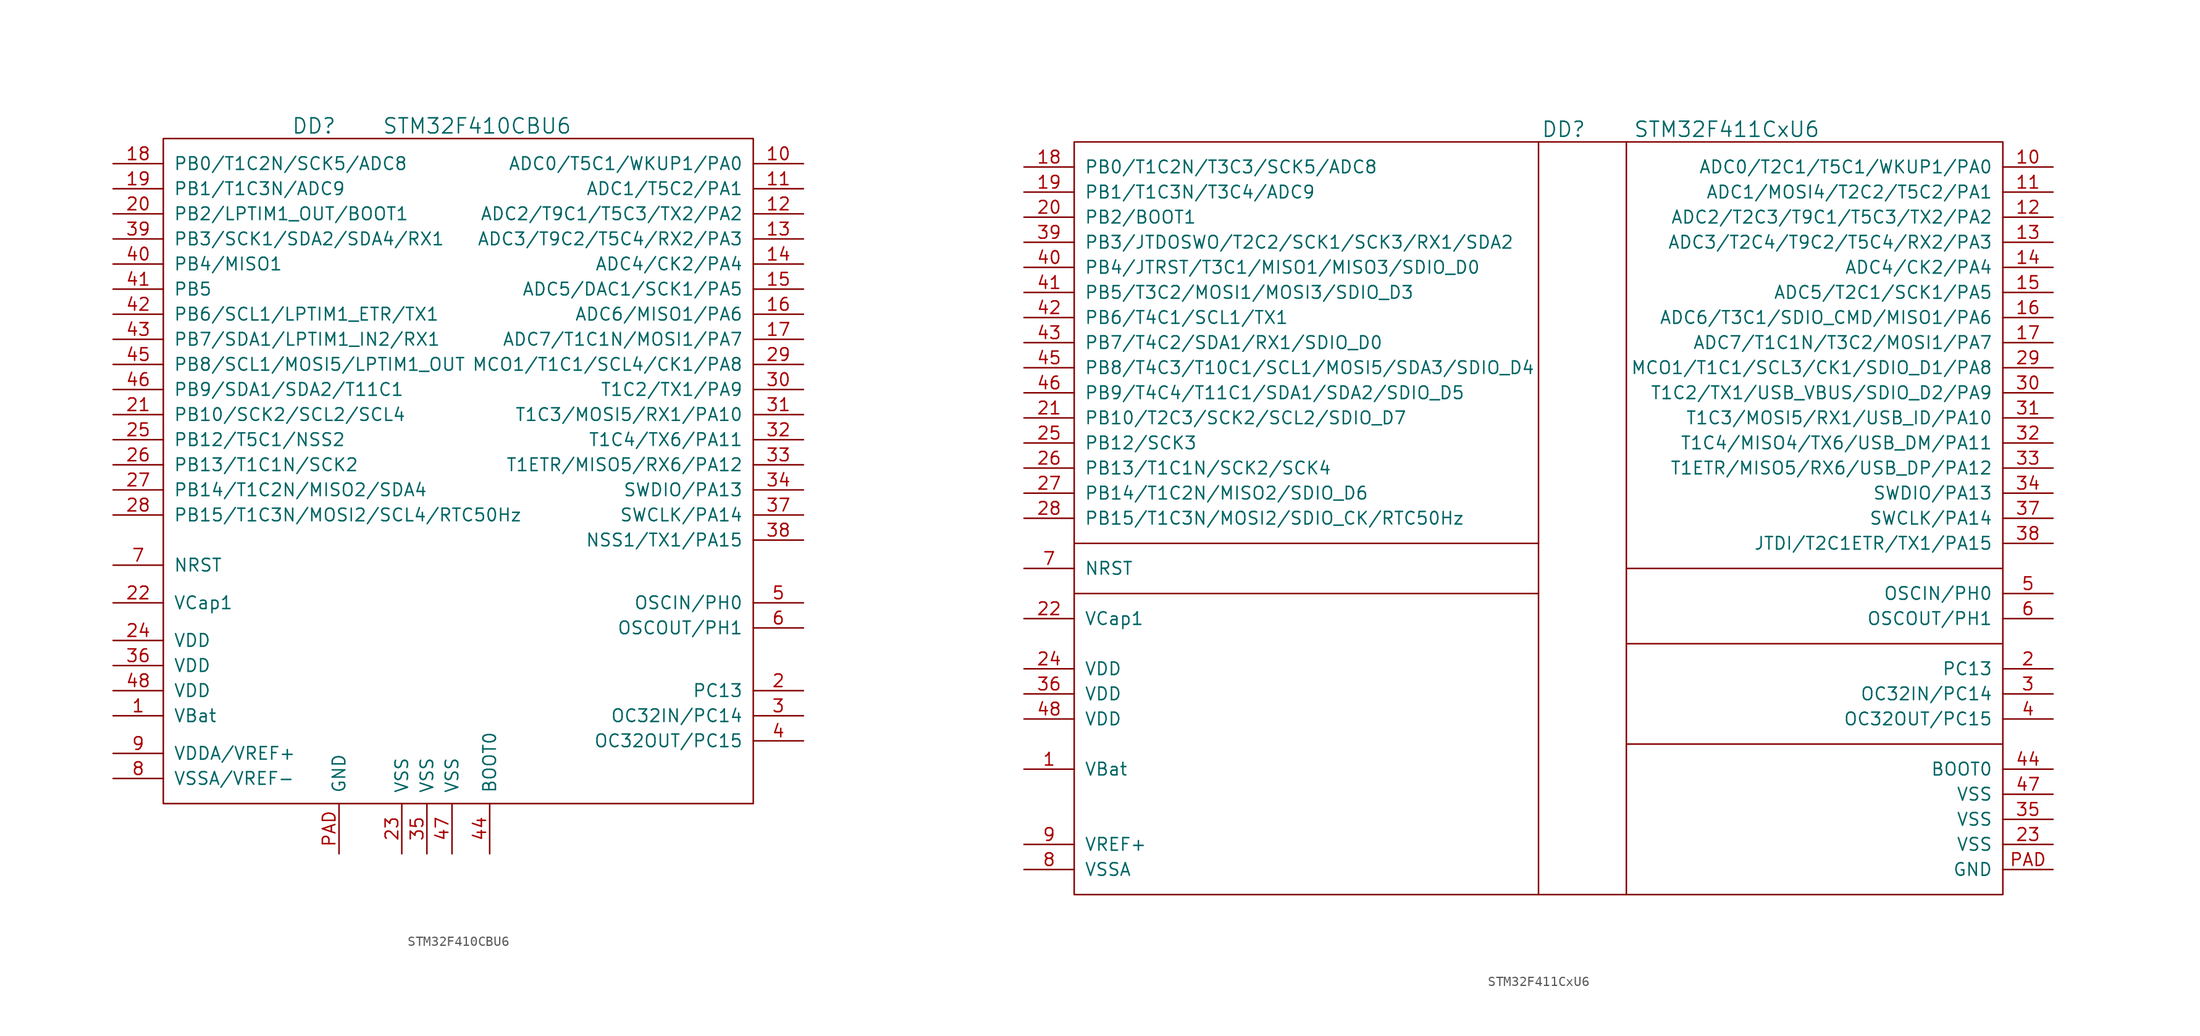
<source format=kicad_sym>
(kicad_symbol_lib
  (version 20201005)
  (generator kicad_symbol_editor)
  (symbol "st_kl:STM32F410CBU6"
    (pin_names
      (offset 1.016))
    (property "Reference" "DD"
      (at -12.7 34.29 0)
      (effects (font (size 1.524 1.524))))
    (property "Value" "STM32F410CBU6"
      (at 3.81 34.29 0)
      (effects (font (size 1.524 1.524))))
    (symbol "STM32F410CBU6_0_1"
      (rectangle (start 31.75 33.02) (end -27.94 -34.29) (stroke (width 0)) (fill (type none))))
    (symbol "STM32F410CBU6_1_1"
      (pin power_in line (at -33.02 -25.4 0) (length 5.08) (name "VBat" (effects (font (size 1.27 1.27)))) (number "1" (effects (font (size 1.27 1.27)))))
      (pin passive line (at 36.83 30.48 180) (length 5.08) (name "ADC0/T5C1/WKUP1/PA0" (effects (font (size 1.27 1.27)))) (number "10" (effects (font (size 1.27 1.27)))))
      (pin passive line (at 36.83 27.94 180) (length 5.08) (name "ADC1/T5C2/PA1" (effects (font (size 1.27 1.27)))) (number "11" (effects (font (size 1.27 1.27)))))
      (pin passive line (at 36.83 25.4 180) (length 5.08) (name "ADC2/T9C1/T5C3/TX2/PA2" (effects (font (size 1.27 1.27)))) (number "12" (effects (font (size 1.27 1.27)))))
      (pin passive line (at 36.83 22.86 180) (length 5.08) (name "ADC3/T9C2/T5C4/RX2/PA3" (effects (font (size 1.27 1.27)))) (number "13" (effects (font (size 1.27 1.27)))))
      (pin passive line (at 36.83 20.32 180) (length 5.08) (name "ADC4/CK2/PA4" (effects (font (size 1.27 1.27)))) (number "14" (effects (font (size 1.27 1.27)))))
      (pin passive line (at 36.83 17.78 180) (length 5.08) (name "ADC5/DAC1/SCK1/PA5" (effects (font (size 1.27 1.27)))) (number "15" (effects (font (size 1.27 1.27)))))
      (pin passive line (at 36.83 15.24 180) (length 5.08) (name "ADC6/MISO1/PA6" (effects (font (size 1.27 1.27)))) (number "16" (effects (font (size 1.27 1.27)))))
      (pin passive line (at 36.83 12.7 180) (length 5.08) (name "ADC7/T1C1N/MOSI1/PA7" (effects (font (size 1.27 1.27)))) (number "17" (effects (font (size 1.27 1.27)))))
      (pin passive line (at -33.02 30.48 0) (length 5.08) (name "PB0/T1C2N/SCK5/ADC8" (effects (font (size 1.27 1.27)))) (number "18" (effects (font (size 1.27 1.27)))))
      (pin passive line (at -33.02 27.94 0) (length 5.08) (name "PB1/T1C3N/ADC9" (effects (font (size 1.27 1.27)))) (number "19" (effects (font (size 1.27 1.27)))))
      (pin passive line (at 36.83 -22.86 180) (length 5.08) (name "PC13" (effects (font (size 1.27 1.27)))) (number "2" (effects (font (size 1.27 1.27)))))
      (pin passive line (at -33.02 25.4 0) (length 5.08) (name "PB2/LPTIM1_OUT/BOOT1" (effects (font (size 1.27 1.27)))) (number "20" (effects (font (size 1.27 1.27)))))
      (pin passive line (at -33.02 5.08 0) (length 5.08) (name "PB10/SCK2/SCL2/SCL4" (effects (font (size 1.27 1.27)))) (number "21" (effects (font (size 1.27 1.27)))))
      (pin passive line (at -33.02 -13.97 0) (length 5.08) (name "VCap1" (effects (font (size 1.27 1.27)))) (number "22" (effects (font (size 1.27 1.27)))))
      (pin power_in line (at -3.81 -39.37 90) (length 5.08) (name "VSS" (effects (font (size 1.27 1.27)))) (number "23" (effects (font (size 1.27 1.27)))))
      (pin power_in line (at -33.02 -17.78 0) (length 5.08) (name "VDD" (effects (font (size 1.27 1.27)))) (number "24" (effects (font (size 1.27 1.27)))))
      (pin passive line (at -33.02 2.54 0) (length 5.08) (name "PB12/T5C1/NSS2" (effects (font (size 1.27 1.27)))) (number "25" (effects (font (size 1.27 1.27)))))
      (pin passive line (at -33.02 0 0) (length 5.08) (name "PB13/T1C1N/SCK2" (effects (font (size 1.27 1.27)))) (number "26" (effects (font (size 1.27 1.27)))))
      (pin passive line (at -33.02 -2.54 0) (length 5.08) (name "PB14/T1C2N/MISO2/SDA4" (effects (font (size 1.27 1.27)))) (number "27" (effects (font (size 1.27 1.27)))))
      (pin passive line (at -33.02 -5.08 0) (length 5.08) (name "PB15/T1C3N/MOSI2/SCL4/RTC50Hz" (effects (font (size 1.27 1.27)))) (number "28" (effects (font (size 1.27 1.27)))))
      (pin passive line (at 36.83 10.16 180) (length 5.08) (name "MCO1/T1C1/SCL4/CK1/PA8" (effects (font (size 1.27 1.27)))) (number "29" (effects (font (size 1.27 1.27)))))
      (pin passive line (at 36.83 -25.4 180) (length 5.08) (name "OC32IN/PC14" (effects (font (size 1.27 1.27)))) (number "3" (effects (font (size 1.27 1.27)))))
      (pin passive line (at 36.83 7.62 180) (length 5.08) (name "T1C2/TX1/PA9" (effects (font (size 1.27 1.27)))) (number "30" (effects (font (size 1.27 1.27)))))
      (pin passive line (at 36.83 5.08 180) (length 5.08) (name "T1C3/MOSI5/RX1/PA10" (effects (font (size 1.27 1.27)))) (number "31" (effects (font (size 1.27 1.27)))))
      (pin passive line (at 36.83 2.54 180) (length 5.08) (name "T1C4/TX6/PA11" (effects (font (size 1.27 1.27)))) (number "32" (effects (font (size 1.27 1.27)))))
      (pin passive line (at 36.83 0 180) (length 5.08) (name "T1ETR/MISO5/RX6/PA12" (effects (font (size 1.27 1.27)))) (number "33" (effects (font (size 1.27 1.27)))))
      (pin passive line (at 36.83 -2.54 180) (length 5.08) (name "SWDIO/PA13" (effects (font (size 1.27 1.27)))) (number "34" (effects (font (size 1.27 1.27)))))
      (pin power_in line (at -1.27 -39.37 90) (length 5.08) (name "VSS" (effects (font (size 1.27 1.27)))) (number "35" (effects (font (size 1.27 1.27)))))
      (pin power_in line (at -33.02 -20.32 0) (length 5.08) (name "VDD" (effects (font (size 1.27 1.27)))) (number "36" (effects (font (size 1.27 1.27)))))
      (pin passive line (at 36.83 -5.08 180) (length 5.08) (name "SWCLK/PA14" (effects (font (size 1.27 1.27)))) (number "37" (effects (font (size 1.27 1.27)))))
      (pin passive line (at 36.83 -7.62 180) (length 5.08) (name "NSS1/TX1/PA15" (effects (font (size 1.27 1.27)))) (number "38" (effects (font (size 1.27 1.27)))))
      (pin passive line (at -33.02 22.86 0) (length 5.08) (name "PB3/SCK1/SDA2/SDA4/RX1" (effects (font (size 1.27 1.27)))) (number "39" (effects (font (size 1.27 1.27)))))
      (pin passive line (at 36.83 -27.94 180) (length 5.08) (name "OC32OUT/PC15" (effects (font (size 1.27 1.27)))) (number "4" (effects (font (size 1.27 1.27)))))
      (pin passive line (at -33.02 20.32 0) (length 5.08) (name "PB4/MISO1" (effects (font (size 1.27 1.27)))) (number "40" (effects (font (size 1.27 1.27)))))
      (pin passive line (at -33.02 17.78 0) (length 5.08) (name "PB5" (effects (font (size 1.27 1.27)))) (number "41" (effects (font (size 1.27 1.27)))))
      (pin passive line (at -33.02 15.24 0) (length 5.08) (name "PB6/SCL1/LPTIM1_ETR/TX1" (effects (font (size 1.27 1.27)))) (number "42" (effects (font (size 1.27 1.27)))))
      (pin passive line (at -33.02 12.7 0) (length 5.08) (name "PB7/SDA1/LPTIM1_IN2/RX1" (effects (font (size 1.27 1.27)))) (number "43" (effects (font (size 1.27 1.27)))))
      (pin passive line (at 5.08 -39.37 90) (length 5.08) (name "BOOT0" (effects (font (size 1.27 1.27)))) (number "44" (effects (font (size 1.27 1.27)))))
      (pin passive line (at -33.02 10.16 0) (length 5.08) (name "PB8/SCL1/MOSI5/LPTIM1_OUT" (effects (font (size 1.27 1.27)))) (number "45" (effects (font (size 1.27 1.27)))))
      (pin passive line (at -33.02 7.62 0) (length 5.08) (name "PB9/SDA1/SDA2/T11C1" (effects (font (size 1.27 1.27)))) (number "46" (effects (font (size 1.27 1.27)))))
      (pin power_in line (at 1.27 -39.37 90) (length 5.08) (name "VSS" (effects (font (size 1.27 1.27)))) (number "47" (effects (font (size 1.27 1.27)))))
      (pin power_in line (at -33.02 -22.86 0) (length 5.08) (name "VDD" (effects (font (size 1.27 1.27)))) (number "48" (effects (font (size 1.27 1.27)))))
      (pin passive line (at 36.83 -13.97 180) (length 5.08) (name "OSCIN/PH0" (effects (font (size 1.27 1.27)))) (number "5" (effects (font (size 1.27 1.27)))))
      (pin passive line (at 36.83 -16.51 180) (length 5.08) (name "OSCOUT/PH1" (effects (font (size 1.27 1.27)))) (number "6" (effects (font (size 1.27 1.27)))))
      (pin passive line (at -33.02 -10.16 0) (length 5.08) (name "NRST" (effects (font (size 1.27 1.27)))) (number "7" (effects (font (size 1.27 1.27)))))
      (pin power_in line (at -33.02 -31.75 0) (length 5.08) (name "VSSA/VREF-" (effects (font (size 1.27 1.27)))) (number "8" (effects (font (size 1.27 1.27)))))
      (pin power_in line (at -33.02 -29.21 0) (length 5.08) (name "VDDA/VREF+" (effects (font (size 1.27 1.27)))) (number "9" (effects (font (size 1.27 1.27)))))
      (pin power_in line (at -10.16 -39.37 90) (length 5.08) (name "GND" (effects (font (size 1.27 1.27)))) (number "PAD" (effects (font (size 1.27 1.27)))))))
  (symbol "st_kl:STM32F411CxU6"
    (pin_names
      (offset 1.016))
    (property "Reference" "DD"
      (at 2.54 36.83 0)
      (effects (font (size 1.524 1.524))))
    (property "Value" "STM32F411CxU6"
      (at 19.05 36.83 0)
      (effects (font (size 1.524 1.524))))
    (symbol "STM32F411CxU6_0_1"
      (rectangle (start -46.99 35.56) (end 46.99 -40.64) (stroke (width 0)) (fill (type none)))
      (polyline (pts (xy -46.99 -10.16) (xy 0 -10.16)) (stroke (width 0)) (fill (type none)))
      (polyline (pts (xy -46.99 -5.08) (xy 0 -5.08)) (stroke (width 0)) (fill (type none)))
      (polyline (pts (xy 0 35.56) (xy 0 -40.64)) (stroke (width 0)) (fill (type none)))
      (polyline (pts (xy 8.89 35.56) (xy 8.89 -40.64)) (stroke (width 0)) (fill (type none)))
      (polyline (pts (xy 46.99 -25.4) (xy 8.89 -25.4)) (stroke (width 0)) (fill (type none)))
      (polyline (pts (xy 46.99 -15.24) (xy 8.89 -15.24)) (stroke (width 0)) (fill (type none)))
      (polyline (pts (xy 46.99 -7.62) (xy 8.89 -7.62)) (stroke (width 0)) (fill (type none))))
    (symbol "STM32F411CxU6_1_1"
      (pin power_in line (at -52.07 -27.94 0) (length 5.08) (name "VBat" (effects (font (size 1.27 1.27)))) (number "1" (effects (font (size 1.27 1.27)))))
      (pin passive line (at 52.07 33.02 180) (length 5.08) (name "ADC0/T2C1/T5C1/WKUP1/PA0" (effects (font (size 1.27 1.27)))) (number "10" (effects (font (size 1.27 1.27)))))
      (pin passive line (at 52.07 30.48 180) (length 5.08) (name "ADC1/MOSI4/T2C2/T5C2/PA1" (effects (font (size 1.27 1.27)))) (number "11" (effects (font (size 1.27 1.27)))))
      (pin passive line (at 52.07 27.94 180) (length 5.08) (name "ADC2/T2C3/T9C1/T5C3/TX2/PA2" (effects (font (size 1.27 1.27)))) (number "12" (effects (font (size 1.27 1.27)))))
      (pin passive line (at 52.07 25.4 180) (length 5.08) (name "ADC3/T2C4/T9C2/T5C4/RX2/PA3" (effects (font (size 1.27 1.27)))) (number "13" (effects (font (size 1.27 1.27)))))
      (pin passive line (at 52.07 22.86 180) (length 5.08) (name "ADC4/CK2/PA4" (effects (font (size 1.27 1.27)))) (number "14" (effects (font (size 1.27 1.27)))))
      (pin passive line (at 52.07 20.32 180) (length 5.08) (name "ADC5/T2C1/SCK1/PA5" (effects (font (size 1.27 1.27)))) (number "15" (effects (font (size 1.27 1.27)))))
      (pin passive line (at 52.07 17.78 180) (length 5.08) (name "ADC6/T3C1/SDIO_CMD/MISO1/PA6" (effects (font (size 1.27 1.27)))) (number "16" (effects (font (size 1.27 1.27)))))
      (pin passive line (at 52.07 15.24 180) (length 5.08) (name "ADC7/T1C1N/T3C2/MOSI1/PA7" (effects (font (size 1.27 1.27)))) (number "17" (effects (font (size 1.27 1.27)))))
      (pin passive line (at -52.07 33.02 0) (length 5.08) (name "PB0/T1C2N/T3C3/SCK5/ADC8" (effects (font (size 1.27 1.27)))) (number "18" (effects (font (size 1.27 1.27)))))
      (pin passive line (at -52.07 30.48 0) (length 5.08) (name "PB1/T1C3N/T3C4/ADC9" (effects (font (size 1.27 1.27)))) (number "19" (effects (font (size 1.27 1.27)))))
      (pin passive line (at 52.07 -17.78 180) (length 5.08) (name "PC13" (effects (font (size 1.27 1.27)))) (number "2" (effects (font (size 1.27 1.27)))))
      (pin passive line (at -52.07 27.94 0) (length 5.08) (name "PB2/BOOT1" (effects (font (size 1.27 1.27)))) (number "20" (effects (font (size 1.27 1.27)))))
      (pin passive line (at -52.07 7.62 0) (length 5.08) (name "PB10/T2C3/SCK2/SCL2/SDIO_D7" (effects (font (size 1.27 1.27)))) (number "21" (effects (font (size 1.27 1.27)))))
      (pin passive line (at -52.07 -12.7 0) (length 5.08) (name "VCap1" (effects (font (size 1.27 1.27)))) (number "22" (effects (font (size 1.27 1.27)))))
      (pin power_in line (at 52.07 -35.56 180) (length 5.08) (name "VSS" (effects (font (size 1.27 1.27)))) (number "23" (effects (font (size 1.27 1.27)))))
      (pin power_in line (at -52.07 -17.78 0) (length 5.08) (name "VDD" (effects (font (size 1.27 1.27)))) (number "24" (effects (font (size 1.27 1.27)))))
      (pin passive line (at -52.07 5.08 0) (length 5.08) (name "PB12/SCK3" (effects (font (size 1.27 1.27)))) (number "25" (effects (font (size 1.27 1.27)))))
      (pin passive line (at -52.07 2.54 0) (length 5.08) (name "PB13/T1C1N/SCK2/SCK4" (effects (font (size 1.27 1.27)))) (number "26" (effects (font (size 1.27 1.27)))))
      (pin passive line (at -52.07 0 0) (length 5.08) (name "PB14/T1C2N/MISO2/SDIO_D6" (effects (font (size 1.27 1.27)))) (number "27" (effects (font (size 1.27 1.27)))))
      (pin passive line (at -52.07 -2.54 0) (length 5.08) (name "PB15/T1C3N/MOSI2/SDIO_CK/RTC50Hz" (effects (font (size 1.27 1.27)))) (number "28" (effects (font (size 1.27 1.27)))))
      (pin passive line (at 52.07 12.7 180) (length 5.08) (name "MCO1/T1C1/SCL3/CK1/SDIO_D1/PA8" (effects (font (size 1.27 1.27)))) (number "29" (effects (font (size 1.27 1.27)))))
      (pin passive line (at 52.07 -20.32 180) (length 5.08) (name "OC32IN/PC14" (effects (font (size 1.27 1.27)))) (number "3" (effects (font (size 1.27 1.27)))))
      (pin passive line (at 52.07 10.16 180) (length 5.08) (name "T1C2/TX1/USB_VBUS/SDIO_D2/PA9" (effects (font (size 1.27 1.27)))) (number "30" (effects (font (size 1.27 1.27)))))
      (pin passive line (at 52.07 7.62 180) (length 5.08) (name "T1C3/MOSI5/RX1/USB_ID/PA10" (effects (font (size 1.27 1.27)))) (number "31" (effects (font (size 1.27 1.27)))))
      (pin passive line (at 52.07 5.08 180) (length 5.08) (name "T1C4/MISO4/TX6/USB_DM/PA11" (effects (font (size 1.27 1.27)))) (number "32" (effects (font (size 1.27 1.27)))))
      (pin passive line (at 52.07 2.54 180) (length 5.08) (name "T1ETR/MISO5/RX6/USB_DP/PA12" (effects (font (size 1.27 1.27)))) (number "33" (effects (font (size 1.27 1.27)))))
      (pin passive line (at 52.07 0 180) (length 5.08) (name "SWDIO/PA13" (effects (font (size 1.27 1.27)))) (number "34" (effects (font (size 1.27 1.27)))))
      (pin power_in line (at 52.07 -33.02 180) (length 5.08) (name "VSS" (effects (font (size 1.27 1.27)))) (number "35" (effects (font (size 1.27 1.27)))))
      (pin power_in line (at -52.07 -20.32 0) (length 5.08) (name "VDD" (effects (font (size 1.27 1.27)))) (number "36" (effects (font (size 1.27 1.27)))))
      (pin passive line (at 52.07 -2.54 180) (length 5.08) (name "SWCLK/PA14" (effects (font (size 1.27 1.27)))) (number "37" (effects (font (size 1.27 1.27)))))
      (pin passive line (at 52.07 -5.08 180) (length 5.08) (name "JTDI/T2C1ETR/TX1/PA15" (effects (font (size 1.27 1.27)))) (number "38" (effects (font (size 1.27 1.27)))))
      (pin passive line (at -52.07 25.4 0) (length 5.08) (name "PB3/JTDOSWO/T2C2/SCK1/SCK3/RX1/SDA2" (effects (font (size 1.27 1.27)))) (number "39" (effects (font (size 1.27 1.27)))))
      (pin passive line (at 52.07 -22.86 180) (length 5.08) (name "OC32OUT/PC15" (effects (font (size 1.27 1.27)))) (number "4" (effects (font (size 1.27 1.27)))))
      (pin passive line (at -52.07 22.86 0) (length 5.08) (name "PB4/JTRST/T3C1/MISO1/MISO3/SDIO_D0" (effects (font (size 1.27 1.27)))) (number "40" (effects (font (size 1.27 1.27)))))
      (pin passive line (at -52.07 20.32 0) (length 5.08) (name "PB5/T3C2/MOSI1/MOSI3/SDIO_D3" (effects (font (size 1.27 1.27)))) (number "41" (effects (font (size 1.27 1.27)))))
      (pin passive line (at -52.07 17.78 0) (length 5.08) (name "PB6/T4C1/SCL1/TX1" (effects (font (size 1.27 1.27)))) (number "42" (effects (font (size 1.27 1.27)))))
      (pin passive line (at -52.07 15.24 0) (length 5.08) (name "PB7/T4C2/SDA1/RX1/SDIO_D0" (effects (font (size 1.27 1.27)))) (number "43" (effects (font (size 1.27 1.27)))))
      (pin passive line (at 52.07 -27.94 180) (length 5.08) (name "BOOT0" (effects (font (size 1.27 1.27)))) (number "44" (effects (font (size 1.27 1.27)))))
      (pin passive line (at -52.07 12.7 0) (length 5.08) (name "PB8/T4C3/T10C1/SCL1/MOSI5/SDA3/SDIO_D4" (effects (font (size 1.27 1.27)))) (number "45" (effects (font (size 1.27 1.27)))))
      (pin passive line (at -52.07 10.16 0) (length 5.08) (name "PB9/T4C4/T11C1/SDA1/SDA2/SDIO_D5" (effects (font (size 1.27 1.27)))) (number "46" (effects (font (size 1.27 1.27)))))
      (pin power_in line (at 52.07 -30.48 180) (length 5.08) (name "VSS" (effects (font (size 1.27 1.27)))) (number "47" (effects (font (size 1.27 1.27)))))
      (pin power_in line (at -52.07 -22.86 0) (length 5.08) (name "VDD" (effects (font (size 1.27 1.27)))) (number "48" (effects (font (size 1.27 1.27)))))
      (pin passive line (at 52.07 -10.16 180) (length 5.08) (name "OSCIN/PH0" (effects (font (size 1.27 1.27)))) (number "5" (effects (font (size 1.27 1.27)))))
      (pin passive line (at 52.07 -12.7 180) (length 5.08) (name "OSCOUT/PH1" (effects (font (size 1.27 1.27)))) (number "6" (effects (font (size 1.27 1.27)))))
      (pin passive line (at -52.07 -7.62 0) (length 5.08) (name "NRST" (effects (font (size 1.27 1.27)))) (number "7" (effects (font (size 1.27 1.27)))))
      (pin power_in line (at -52.07 -38.1 0) (length 5.08) (name "VSSA" (effects (font (size 1.27 1.27)))) (number "8" (effects (font (size 1.27 1.27)))))
      (pin power_in line (at -52.07 -35.56 0) (length 5.08) (name "VREF+" (effects (font (size 1.27 1.27)))) (number "9" (effects (font (size 1.27 1.27)))))
      (pin power_in line (at 52.07 -38.1 180) (length 5.08) (name "GND" (effects (font (size 1.27 1.27)))) (number "PAD" (effects (font (size 1.27 1.27))))))))
</source>
